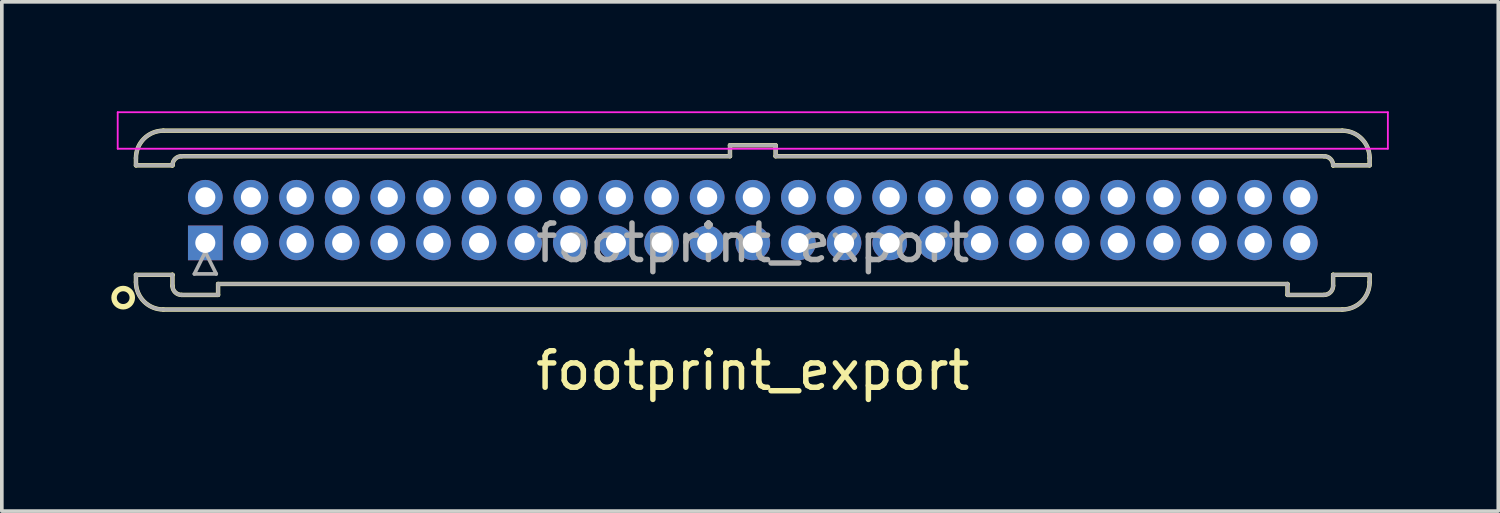
<source format=kicad_pcb>
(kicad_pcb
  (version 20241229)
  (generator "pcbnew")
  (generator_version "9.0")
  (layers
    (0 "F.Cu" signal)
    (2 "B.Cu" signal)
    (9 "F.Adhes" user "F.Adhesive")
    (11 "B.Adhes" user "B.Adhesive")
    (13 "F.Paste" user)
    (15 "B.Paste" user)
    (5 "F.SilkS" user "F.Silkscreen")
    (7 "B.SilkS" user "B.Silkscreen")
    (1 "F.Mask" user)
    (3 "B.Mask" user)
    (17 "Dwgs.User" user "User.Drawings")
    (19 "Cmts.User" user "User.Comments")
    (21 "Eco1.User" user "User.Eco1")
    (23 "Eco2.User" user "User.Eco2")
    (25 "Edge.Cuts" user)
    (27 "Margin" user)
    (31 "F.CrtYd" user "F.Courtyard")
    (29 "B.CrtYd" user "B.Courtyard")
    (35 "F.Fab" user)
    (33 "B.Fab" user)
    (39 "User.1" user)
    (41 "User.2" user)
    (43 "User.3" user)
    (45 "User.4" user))
  (footprint "footprint_export"
    (layer "F.Cu")
    (at 2.575 3.605)
    (property "Reference" "footprint_export" (at 15 3.5 0) (layer "F.SilkS") (effects (font (size 1 1) (thickness 0.15))))
    (attr through_hole)
    (fp_line (start -1.9 -2.325) (end -1.9 -2.125) (stroke (width 0.12) (type solid)) (layer "F.SilkS"))
    (fp_line (start -1.9 -2.125) (end -0.9 -2.125) (stroke (width 0.12) (type solid)) (layer "F.SilkS"))
    (fp_line (start -1.9 0.875) (end -0.9 0.875) (stroke (width 0.12) (type solid)) (layer "F.SilkS"))
    (fp_line (start -1.9 1.075) (end -1.9 0.875) (stroke (width 0.12) (type solid)) (layer "F.SilkS"))
    (fp_line (start -1.15 -3.075) (end 31.15 -3.075) (stroke (width 0.12) (type solid)) (layer "F.SilkS"))
    (fp_line (start -1.15 1.825) (end 31.15 1.825) (stroke (width 0.12) (type solid)) (layer "F.SilkS"))
    (fp_line (start -0.9 -2.125) (end -0.9 -2.125) (stroke (width 0.12) (type solid)) (layer "F.SilkS"))
    (fp_line (start -0.9 0.875) (end -0.9 0.875) (stroke (width 0.12) (type solid)) (layer "F.SilkS"))
    (fp_line (start -0.9 1.175) (end -0.9 0.875) (stroke (width 0.12) (type solid)) (layer "F.SilkS"))
    (fp_line (start -0.65 -2.375) (end 14.375 -2.375) (stroke (width 0.12) (type solid)) (layer "F.SilkS"))
    (fp_line (start -0.65 1.425) (end 0.35 1.425) (stroke (width 0.12) (type solid)) (layer "F.SilkS"))
    (fp_line (start 0.35 1.125) (end 29.65 1.125) (stroke (width 0.12) (type solid)) (layer "F.SilkS"))
    (fp_line (start 0.35 1.425) (end 0.35 1.125) (stroke (width 0.12) (type solid)) (layer "F.SilkS"))
    (fp_line (start 14.375 -2.675) (end 15.625 -2.675) (stroke (width 0.12) (type solid)) (layer "F.SilkS"))
    (fp_line (start 14.375 -2.375) (end 14.375 -2.675) (stroke (width 0.12) (type solid)) (layer "F.SilkS"))
    (fp_line (start 15.625 -2.675) (end 15.625 -2.375) (stroke (width 0.12) (type solid)) (layer "F.SilkS"))
    (fp_line (start 15.625 -2.375) (end 30.65 -2.375) (stroke (width 0.12) (type solid)) (layer "F.SilkS"))
    (fp_line (start 29.65 1.125) (end 29.65 1.425) (stroke (width 0.12) (type solid)) (layer "F.SilkS"))
    (fp_line (start 29.65 1.425) (end 30.65 1.425) (stroke (width 0.12) (type solid)) (layer "F.SilkS"))
    (fp_line (start 30.9 -2.125) (end 30.9 -2.125) (stroke (width 0.12) (type solid)) (layer "F.SilkS"))
    (fp_line (start 30.9 0.875) (end 30.9 0.875) (stroke (width 0.12) (type solid)) (layer "F.SilkS"))
    (fp_line (start 30.9 1.175) (end 30.9 0.875) (stroke (width 0.12) (type solid)) (layer "F.SilkS"))
    (fp_line (start 31.9 -2.325) (end 31.9 -2.125) (stroke (width 0.12) (type solid)) (layer "F.SilkS"))
    (fp_line (start 31.9 -2.125) (end 30.9 -2.125) (stroke (width 0.12) (type solid)) (layer "F.SilkS"))
    (fp_line (start 31.9 0.875) (end 30.9 0.875) (stroke (width 0.12) (type solid)) (layer "F.SilkS"))
    (fp_line (start 31.9 1.075) (end 31.9 0.875) (stroke (width 0.12) (type solid)) (layer "F.SilkS"))
    (fp_arc (start -1.9 -2.325) (mid -1.68033 -2.85533) (end -1.15 -3.075) (stroke (width 0.12) (type solid)) (layer "F.SilkS"))
    (fp_arc (start -1.15 1.825) (mid -1.68033 1.60533) (end -1.9 1.075) (stroke (width 0.12) (type solid)) (layer "F.SilkS"))
    (fp_arc (start -0.9 -2.125) (mid -0.826777 -2.301777) (end -0.65 -2.375) (stroke (width 0.12) (type solid)) (layer "F.SilkS"))
    (fp_arc (start -0.65 1.425) (mid -0.826777 1.351777) (end -0.9 1.175) (stroke (width 0.12) (type solid)) (layer "F.SilkS"))
    (fp_arc (start 30.65 -2.375) (mid 30.826777 -2.301777) (end 30.9 -2.125) (stroke (width 0.12) (type solid)) (layer "F.SilkS"))
    (fp_arc (start 30.9 1.175) (mid 30.826777 1.351777) (end 30.65 1.425) (stroke (width 0.12) (type solid)) (layer "F.SilkS"))
    (fp_arc (start 31.15 -3.075) (mid 31.68033 -2.85533) (end 31.9 -2.325) (stroke (width 0.12) (type solid)) (layer "F.SilkS"))
    (fp_arc (start 31.9 1.075) (mid 31.68033 1.60533) (end 31.15 1.825) (stroke (width 0.12) (type solid)) (layer "F.SilkS"))
    (fp_circle (center -2.25 1.5) (end -2 1.5) (stroke (width 0.15) (type solid)) (fill no) (layer "F.SilkS"))
    (fp_line (start -2.4 -3.58) (end -2.4 -2.58) (stroke (width 0.05) (type solid)) (layer "F.CrtYd"))
    (fp_line (start -2.4 -2.58) (end 32.4 -2.58) (stroke (width 0.05) (type solid)) (layer "F.CrtYd"))
    (fp_line (start 32.4 -3.58) (end -2.4 -3.58) (stroke (width 0.05) (type solid)) (layer "F.CrtYd"))
    (fp_line (start 32.4 -2.58) (end 32.4 -3.58) (stroke (width 0.05) (type solid)) (layer "F.CrtYd"))
    (fp_line (start -1.9 -2.325) (end -1.9 -2.125) (stroke (width 0.1) (type solid)) (layer "F.Fab"))
    (fp_line (start -1.9 -2.125) (end -0.9 -2.125) (stroke (width 0.1) (type solid)) (layer "F.Fab"))
    (fp_line (start -1.9 0.875) (end -0.9 0.875) (stroke (width 0.1) (type solid)) (layer "F.Fab"))
    (fp_line (start -1.9 1.075) (end -1.9 0.875) (stroke (width 0.1) (type solid)) (layer "F.Fab"))
    (fp_line (start -1.15 -3.075) (end 31.15 -3.075) (stroke (width 0.1) (type solid)) (layer "F.Fab"))
    (fp_line (start -1.15 1.825) (end 31.15 1.825) (stroke (width 0.1) (type solid)) (layer "F.Fab"))
    (fp_line (start -0.9 -2.125) (end -0.9 -2.125) (stroke (width 0.1) (type solid)) (layer "F.Fab"))
    (fp_line (start -0.9 0.875) (end -0.9 0.875) (stroke (width 0.1) (type solid)) (layer "F.Fab"))
    (fp_line (start -0.9 1.175) (end -0.9 0.875) (stroke (width 0.1) (type solid)) (layer "F.Fab"))
    (fp_line (start -0.65 -2.375) (end 14.375 -2.375) (stroke (width 0.1) (type solid)) (layer "F.Fab"))
    (fp_line (start -0.65 1.425) (end 0.35 1.425) (stroke (width 0.1) (type solid)) (layer "F.Fab"))
    (fp_line (start -0.3 0.85) (end 0.3 0.85) (stroke (width 0.1) (type solid)) (layer "F.Fab"))
    (fp_line (start 0 0.25) (end -0.3 0.85) (stroke (width 0.1) (type solid)) (layer "F.Fab"))
    (fp_line (start 0.3 0.85) (end 0 0.25) (stroke (width 0.1) (type solid)) (layer "F.Fab"))
    (fp_line (start 0.35 1.125) (end 29.65 1.125) (stroke (width 0.1) (type solid)) (layer "F.Fab"))
    (fp_line (start 0.35 1.425) (end 0.35 1.125) (stroke (width 0.1) (type solid)) (layer "F.Fab"))
    (fp_line (start 14.375 -2.675) (end 15.625 -2.675) (stroke (width 0.1) (type solid)) (layer "F.Fab"))
    (fp_line (start 14.375 -2.375) (end 14.375 -2.675) (stroke (width 0.1) (type solid)) (layer "F.Fab"))
    (fp_line (start 15.625 -2.675) (end 15.625 -2.375) (stroke (width 0.1) (type solid)) (layer "F.Fab"))
    (fp_line (start 15.625 -2.375) (end 30.65 -2.375) (stroke (width 0.1) (type solid)) (layer "F.Fab"))
    (fp_line (start 29.65 1.125) (end 29.65 1.425) (stroke (width 0.1) (type solid)) (layer "F.Fab"))
    (fp_line (start 29.65 1.425) (end 30.65 1.425) (stroke (width 0.1) (type solid)) (layer "F.Fab"))
    (fp_line (start 30.9 -2.125) (end 30.9 -2.125) (stroke (width 0.1) (type solid)) (layer "F.Fab"))
    (fp_line (start 30.9 0.875) (end 30.9 0.875) (stroke (width 0.1) (type solid)) (layer "F.Fab"))
    (fp_line (start 30.9 1.175) (end 30.9 0.875) (stroke (width 0.1) (type solid)) (layer "F.Fab"))
    (fp_line (start 31.9 -2.325) (end 31.9 -2.125) (stroke (width 0.1) (type solid)) (layer "F.Fab"))
    (fp_line (start 31.9 -2.125) (end 30.9 -2.125) (stroke (width 0.1) (type solid)) (layer "F.Fab"))
    (fp_line (start 31.9 0.875) (end 30.9 0.875) (stroke (width 0.1) (type solid)) (layer "F.Fab"))
    (fp_line (start 31.9 1.075) (end 31.9 0.875) (stroke (width 0.1) (type solid)) (layer "F.Fab"))
    (fp_arc (start -1.9 -2.325) (mid -1.68033 -2.85533) (end -1.15 -3.075) (stroke (width 0.1) (type solid)) (layer "F.Fab"))
    (fp_arc (start -1.15 1.825) (mid -1.68033 1.60533) (end -1.9 1.075) (stroke (width 0.1) (type solid)) (layer "F.Fab"))
    (fp_arc (start -0.9 -2.125) (mid -0.826777 -2.301777) (end -0.65 -2.375) (stroke (width 0.1) (type solid)) (layer "F.Fab"))
    (fp_arc (start -0.65 1.425) (mid -0.826777 1.351777) (end -0.9 1.175) (stroke (width 0.1) (type solid)) (layer "F.Fab"))
    (fp_arc (start 30.65 -2.375) (mid 30.826777 -2.301777) (end 30.9 -2.125) (stroke (width 0.1) (type solid)) (layer "F.Fab"))
    (fp_arc (start 30.9 1.175) (mid 30.826777 1.351777) (end 30.65 1.425) (stroke (width 0.1) (type solid)) (layer "F.Fab"))
    (fp_arc (start 31.15 -3.075) (mid 31.68033 -2.85533) (end 31.9 -2.325) (stroke (width 0.1) (type solid)) (layer "F.Fab"))
    (fp_arc (start 31.9 1.075) (mid 31.68033 1.60533) (end 31.15 1.825) (stroke (width 0.1) (type solid)) (layer "F.Fab"))
    (fp_text user "${REFERENCE}" (at 15 0 0) (layer "F.Fab") (effects (font (size 1 1) (thickness 0.15))))
    (pad "1" thru_hole rect (at 0 0) (size 0.95 0.95) (drill 0.55) (layers "*.Cu" "*.Mask"))
    (pad "2" thru_hole circle (at 0 -1.25) (size 0.95 0.95) (drill 0.55) (layers "*.Cu" "*.Mask"))
    (pad "3" thru_hole circle (at 1.25 0) (size 0.95 0.95) (drill 0.55) (layers "*.Cu" "*.Mask"))
    (pad "4" thru_hole circle (at 1.25 -1.25) (size 0.95 0.95) (drill 0.55) (layers "*.Cu" "*.Mask"))
    (pad "5" thru_hole circle (at 2.5 0) (size 0.95 0.95) (drill 0.55) (layers "*.Cu" "*.Mask"))
    (pad "6" thru_hole circle (at 2.5 -1.25) (size 0.95 0.95) (drill 0.55) (layers "*.Cu" "*.Mask"))
    (pad "7" thru_hole circle (at 3.75 0) (size 0.95 0.95) (drill 0.55) (layers "*.Cu" "*.Mask"))
    (pad "8" thru_hole circle (at 3.75 -1.25) (size 0.95 0.95) (drill 0.55) (layers "*.Cu" "*.Mask"))
    (pad "9" thru_hole circle (at 5 0) (size 0.95 0.95) (drill 0.55) (layers "*.Cu" "*.Mask"))
    (pad "10" thru_hole circle (at 5 -1.25) (size 0.95 0.95) (drill 0.55) (layers "*.Cu" "*.Mask"))
    (pad "11" thru_hole circle (at 6.25 0) (size 0.95 0.95) (drill 0.55) (layers "*.Cu" "*.Mask"))
    (pad "12" thru_hole circle (at 6.25 -1.25) (size 0.95 0.95) (drill 0.55) (layers "*.Cu" "*.Mask"))
    (pad "13" thru_hole circle (at 7.5 0) (size 0.95 0.95) (drill 0.55) (layers "*.Cu" "*.Mask"))
    (pad "14" thru_hole circle (at 7.5 -1.25) (size 0.95 0.95) (drill 0.55) (layers "*.Cu" "*.Mask"))
    (pad "15" thru_hole circle (at 8.75 0) (size 0.95 0.95) (drill 0.55) (layers "*.Cu" "*.Mask"))
    (pad "16" thru_hole circle (at 8.75 -1.25) (size 0.95 0.95) (drill 0.55) (layers "*.Cu" "*.Mask"))
    (pad "17" thru_hole circle (at 10 0) (size 0.95 0.95) (drill 0.55) (layers "*.Cu" "*.Mask"))
    (pad "18" thru_hole circle (at 10 -1.25) (size 0.95 0.95) (drill 0.55) (layers "*.Cu" "*.Mask"))
    (pad "19" thru_hole circle (at 11.25 0) (size 0.95 0.95) (drill 0.55) (layers "*.Cu" "*.Mask"))
    (pad "20" thru_hole circle (at 11.25 -1.25) (size 0.95 0.95) (drill 0.55) (layers "*.Cu" "*.Mask"))
    (pad "21" thru_hole circle (at 12.5 0) (size 0.95 0.95) (drill 0.55) (layers "*.Cu" "*.Mask"))
    (pad "22" thru_hole circle (at 12.5 -1.25) (size 0.95 0.95) (drill 0.55) (layers "*.Cu" "*.Mask"))
    (pad "23" thru_hole circle (at 13.75 0) (size 0.95 0.95) (drill 0.55) (layers "*.Cu" "*.Mask"))
    (pad "24" thru_hole circle (at 13.75 -1.25) (size 0.95 0.95) (drill 0.55) (layers "*.Cu" "*.Mask"))
    (pad "25" thru_hole circle (at 15 0) (size 0.95 0.95) (drill 0.55) (layers "*.Cu" "*.Mask"))
    (pad "26" thru_hole circle (at 15 -1.25) (size 0.95 0.95) (drill 0.55) (layers "*.Cu" "*.Mask"))
    (pad "27" thru_hole circle (at 16.25 0) (size 0.95 0.95) (drill 0.55) (layers "*.Cu" "*.Mask"))
    (pad "28" thru_hole circle (at 16.25 -1.25) (size 0.95 0.95) (drill 0.55) (layers "*.Cu" "*.Mask"))
    (pad "29" thru_hole circle (at 17.5 0) (size 0.95 0.95) (drill 0.55) (layers "*.Cu" "*.Mask"))
    (pad "30" thru_hole circle (at 17.5 -1.25) (size 0.95 0.95) (drill 0.55) (layers "*.Cu" "*.Mask"))
    (pad "31" thru_hole circle (at 18.75 0) (size 0.95 0.95) (drill 0.55) (layers "*.Cu" "*.Mask"))
    (pad "32" thru_hole circle (at 18.75 -1.25) (size 0.95 0.95) (drill 0.55) (layers "*.Cu" "*.Mask"))
    (pad "33" thru_hole circle (at 20 0) (size 0.95 0.95) (drill 0.55) (layers "*.Cu" "*.Mask"))
    (pad "34" thru_hole circle (at 20 -1.25) (size 0.95 0.95) (drill 0.55) (layers "*.Cu" "*.Mask"))
    (pad "35" thru_hole circle (at 21.25 0) (size 0.95 0.95) (drill 0.55) (layers "*.Cu" "*.Mask"))
    (pad "36" thru_hole circle (at 21.25 -1.25) (size 0.95 0.95) (drill 0.55) (layers "*.Cu" "*.Mask"))
    (pad "37" thru_hole circle (at 22.5 0) (size 0.95 0.95) (drill 0.55) (layers "*.Cu" "*.Mask"))
    (pad "38" thru_hole circle (at 22.5 -1.25) (size 0.95 0.95) (drill 0.55) (layers "*.Cu" "*.Mask"))
    (pad "39" thru_hole circle (at 23.75 0) (size 0.95 0.95) (drill 0.55) (layers "*.Cu" "*.Mask"))
    (pad "40" thru_hole circle (at 23.75 -1.25) (size 0.95 0.95) (drill 0.55) (layers "*.Cu" "*.Mask"))
    (pad "41" thru_hole circle (at 25 0) (size 0.95 0.95) (drill 0.55) (layers "*.Cu" "*.Mask"))
    (pad "42" thru_hole circle (at 25 -1.25) (size 0.95 0.95) (drill 0.55) (layers "*.Cu" "*.Mask"))
    (pad "43" thru_hole circle (at 26.25 0) (size 0.95 0.95) (drill 0.55) (layers "*.Cu" "*.Mask"))
    (pad "44" thru_hole circle (at 26.25 -1.25) (size 0.95 0.95) (drill 0.55) (layers "*.Cu" "*.Mask"))
    (pad "45" thru_hole circle (at 27.5 0) (size 0.95 0.95) (drill 0.55) (layers "*.Cu" "*.Mask"))
    (pad "46" thru_hole circle (at 27.5 -1.25) (size 0.95 0.95) (drill 0.55) (layers "*.Cu" "*.Mask"))
    (pad "47" thru_hole circle (at 28.75 0) (size 0.95 0.95) (drill 0.55) (layers "*.Cu" "*.Mask"))
    (pad "48" thru_hole circle (at 28.75 -1.25) (size 0.95 0.95) (drill 0.55) (layers "*.Cu" "*.Mask"))
    (pad "49" thru_hole circle (at 30 0) (size 0.95 0.95) (drill 0.55) (layers "*.Cu" "*.Mask"))
    (pad "50" thru_hole circle (at 30 -1.25) (size 0.95 0.95) (drill 0.55) (layers "*.Cu" "*.Mask")))
  (gr_rect
    (start -3 -3)
    (end 38 10.953)
    (stroke (width 0.1) (type default))
    (fill no)
    (layer "Edge.Cuts")))
</source>
